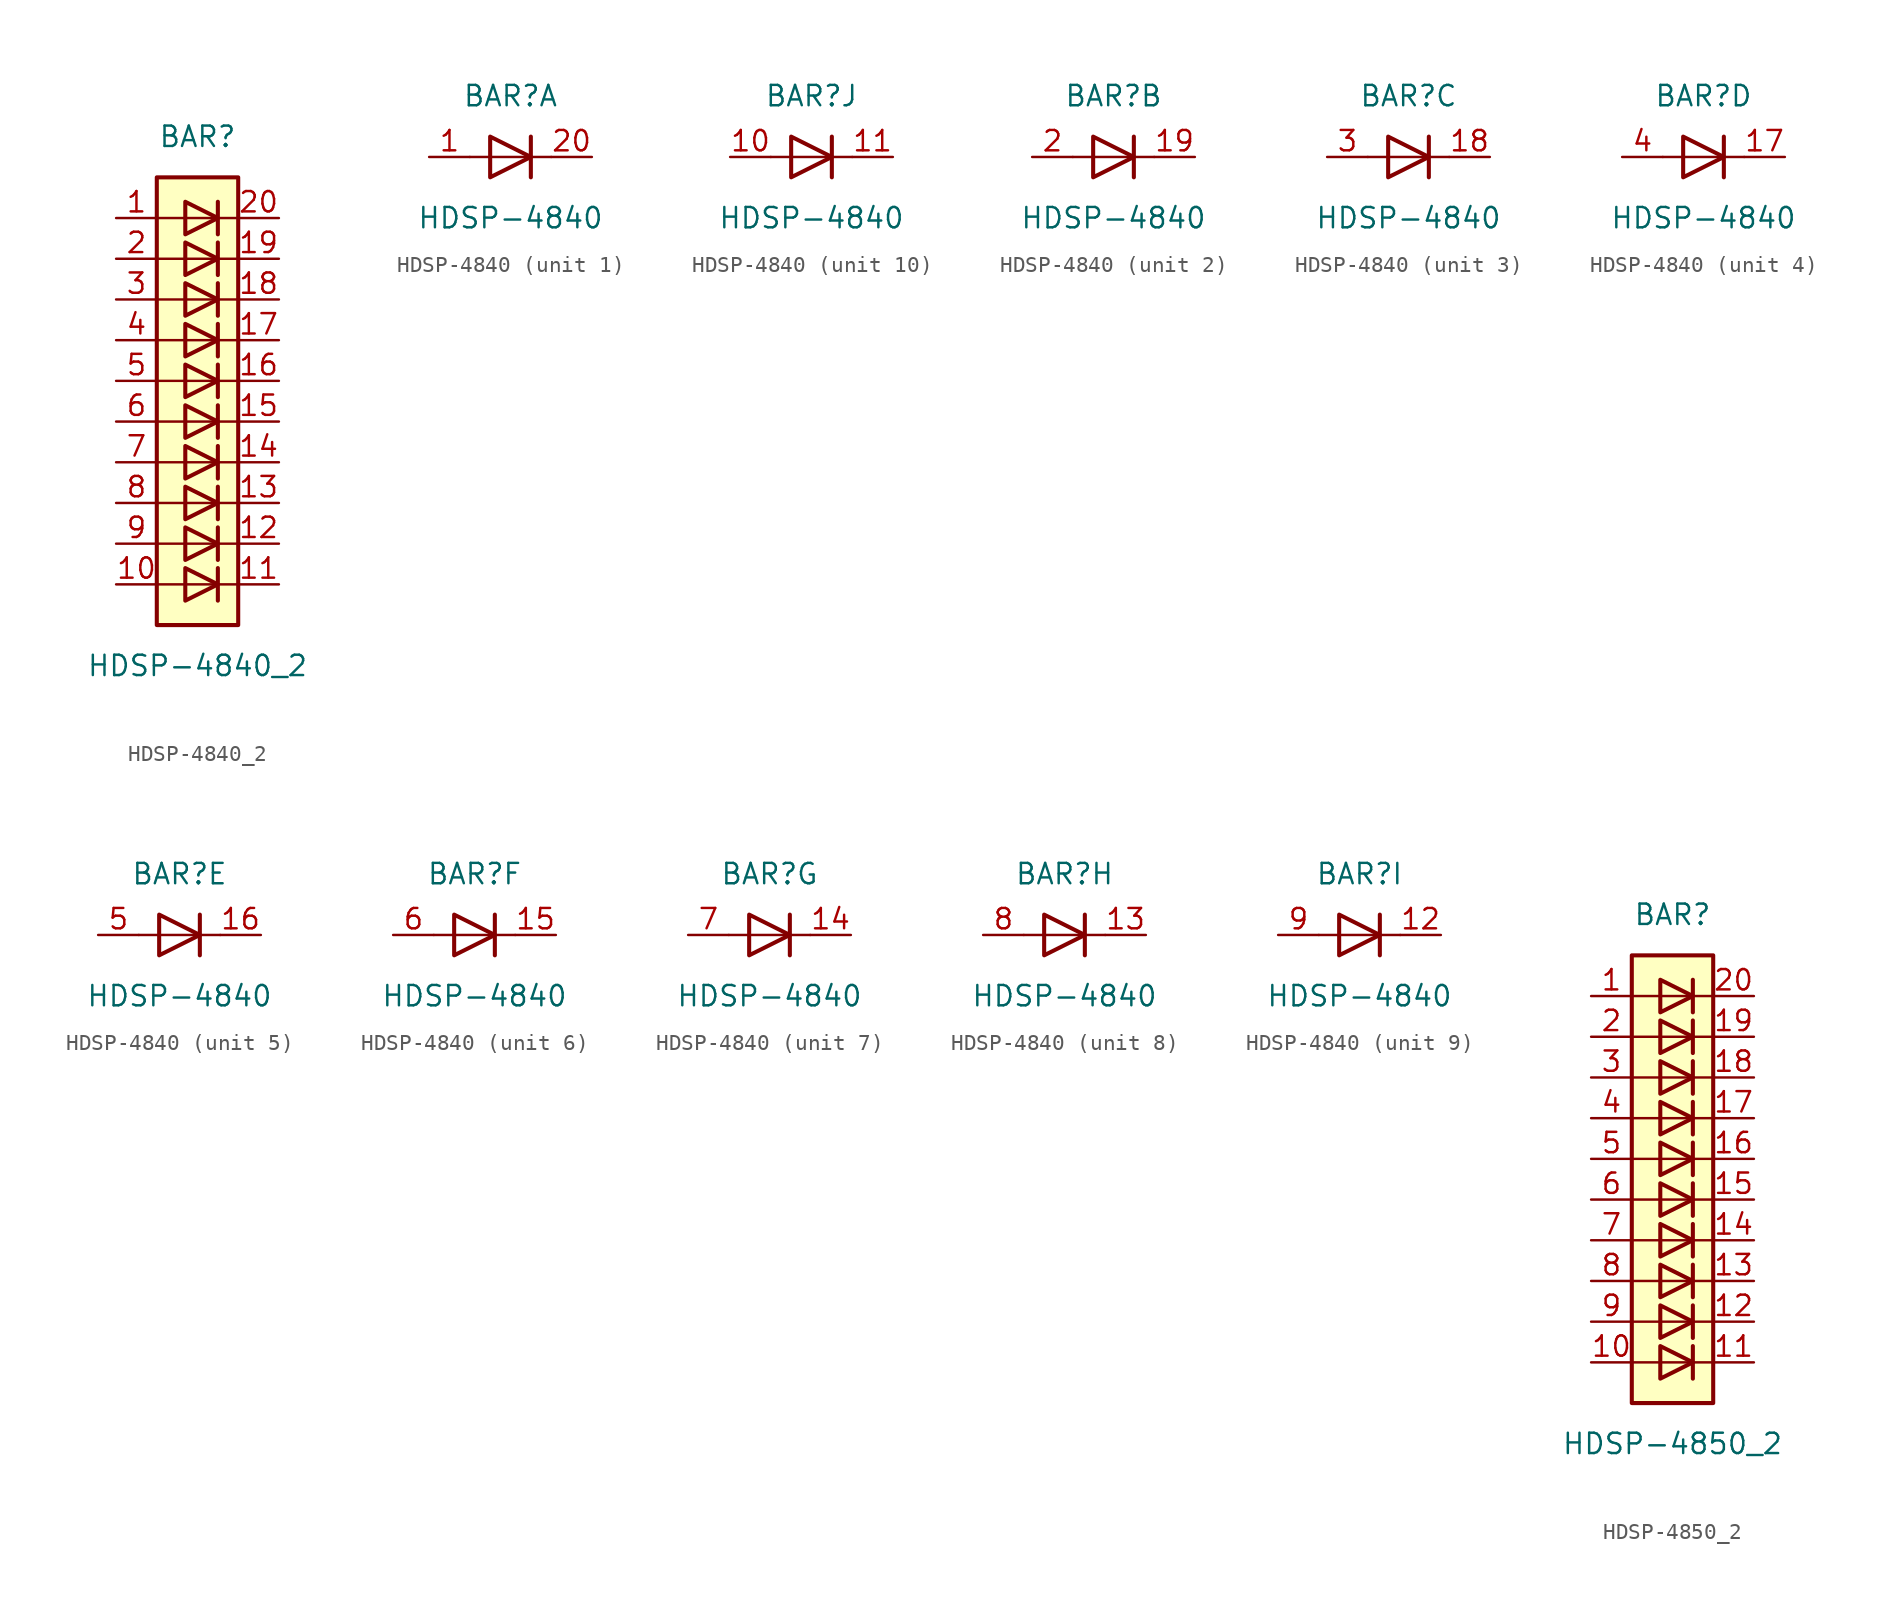
<source format=kicad_sym>
(kicad_symbol_lib
  (version 20241209)
  (generator "kicad_symbol_editor")
  (generator_version "9.0")
  (symbol "HDSP-4840_2"
    (pin_names
      (offset 1.016)
      (hide yes))
    (property "Reference" "BAR"
      (at 0 15.24 0)
      (effects (font (size 1.27 1.27))))
    (property "Value" "HDSP-4840_2"
      (at 0 -17.78 0)
      (effects (font (size 1.27 1.27))))
    (symbol "HDSP-4840_2_0_1"
      (rectangle (start -2.54 12.7) (end 2.54 -15.24) (stroke (width 0.254) (type default)) (fill (type background)))
      (polyline (pts (xy -2.54 10.16) (xy 2.54 10.16)) (stroke (width 0) (type default)) (fill (type none)))
      (polyline (pts (xy -2.54 7.62) (xy 2.54 7.62)) (stroke (width 0) (type default)) (fill (type none)))
      (polyline (pts (xy -2.54 5.08) (xy 2.54 5.08)) (stroke (width 0) (type default)) (fill (type none)))
      (polyline (pts (xy -2.54 0) (xy 2.54 0)) (stroke (width 0) (type default)) (fill (type none)))
      (polyline (pts (xy -2.54 -5.08) (xy 2.54 -5.08)) (stroke (width 0) (type default)) (fill (type none)))
      (polyline (pts (xy -2.54 -7.62) (xy 2.54 -7.62)) (stroke (width 0) (type default)) (fill (type none)))
      (polyline (pts (xy -2.54 -10.16) (xy 2.54 -10.16)) (stroke (width 0) (type default)) (fill (type none)))
      (polyline (pts (xy -2.54 -12.7) (xy 2.54 -12.7)) (stroke (width 0) (type default)) (fill (type none)))
      (polyline (pts (xy -0.762 11.176) (xy -0.762 9.144) (xy 1.27 10.16) (xy -0.762 11.176)) (stroke (width 0.254) (type default)) (fill (type none)))
      (polyline (pts (xy -0.762 8.636) (xy -0.762 6.604) (xy 1.27 7.62) (xy -0.762 8.636)) (stroke (width 0.254) (type default)) (fill (type none)))
      (polyline (pts (xy -0.762 6.096) (xy -0.762 4.064) (xy 1.27 5.08) (xy -0.762 6.096)) (stroke (width 0.254) (type default)) (fill (type none)))
      (polyline (pts (xy -0.762 3.556) (xy -0.762 1.524) (xy 1.27 2.54) (xy -0.762 3.556)) (stroke (width 0.254) (type default)) (fill (type none)))
      (polyline (pts (xy -0.762 1.016) (xy -0.762 -1.016) (xy 1.27 0) (xy -0.762 1.016)) (stroke (width 0.254) (type default)) (fill (type none)))
      (polyline (pts (xy -0.762 -1.524) (xy -0.762 -3.556) (xy 1.27 -2.54) (xy -0.762 -1.524)) (stroke (width 0.254) (type default)) (fill (type none)))
      (polyline (pts (xy -0.762 -4.064) (xy -0.762 -6.096) (xy 1.27 -5.08) (xy -0.762 -4.064)) (stroke (width 0.254) (type default)) (fill (type none)))
      (polyline (pts (xy -0.762 -6.604) (xy -0.762 -8.636) (xy 1.27 -7.62) (xy -0.762 -6.604)) (stroke (width 0.254) (type default)) (fill (type none)))
      (polyline (pts (xy -0.762 -9.144) (xy -0.762 -11.176) (xy 1.27 -10.16) (xy -0.762 -9.144)) (stroke (width 0.254) (type default)) (fill (type none)))
      (polyline (pts (xy -0.762 -11.684) (xy -0.762 -13.716) (xy 1.27 -12.7) (xy -0.762 -11.684)) (stroke (width 0.254) (type default)) (fill (type none)))
      (polyline (pts (xy 1.27 11.176) (xy 1.27 9.144)) (stroke (width 0.254) (type default)) (fill (type none)))
      (polyline (pts (xy 1.27 8.636) (xy 1.27 6.604)) (stroke (width 0.254) (type default)) (fill (type none)))
      (polyline (pts (xy 1.27 6.096) (xy 1.27 4.064)) (stroke (width 0.254) (type default)) (fill (type none)))
      (polyline (pts (xy 1.27 3.556) (xy 1.27 1.524)) (stroke (width 0.254) (type default)) (fill (type none)))
      (polyline (pts (xy 1.27 1.016) (xy 1.27 -1.016)) (stroke (width 0.254) (type default)) (fill (type none)))
      (polyline (pts (xy 1.27 -1.524) (xy 1.27 -3.556)) (stroke (width 0.254) (type default)) (fill (type none)))
      (polyline (pts (xy 1.27 -4.064) (xy 1.27 -6.096)) (stroke (width 0.254) (type default)) (fill (type none)))
      (polyline (pts (xy 1.27 -6.604) (xy 1.27 -8.636)) (stroke (width 0.254) (type default)) (fill (type none)))
      (polyline (pts (xy 1.27 -9.144) (xy 1.27 -11.176)) (stroke (width 0.254) (type default)) (fill (type none)))
      (polyline (pts (xy 1.27 -11.684) (xy 1.27 -13.716)) (stroke (width 0.254) (type default)) (fill (type none)))
      (polyline (pts (xy 2.54 2.54) (xy -2.54 2.54)) (stroke (width 0) (type default)) (fill (type none)))
      (polyline (pts (xy 2.54 -2.54) (xy -2.54 -2.54)) (stroke (width 0) (type default)) (fill (type none))))
    (symbol "HDSP-4840_2_1_1"
      (pin passive line (at -5.08 10.16 0) (length 2.54) (name "A" (effects (font (size 1.27 1.27)))) (number "1" (effects (font (size 1.27 1.27)))))
      (pin passive line (at -5.08 7.62 0) (length 2.54) (name "A" (effects (font (size 1.27 1.27)))) (number "2" (effects (font (size 1.27 1.27)))))
      (pin passive line (at -5.08 5.08 0) (length 2.54) (name "A" (effects (font (size 1.27 1.27)))) (number "3" (effects (font (size 1.27 1.27)))))
      (pin passive line (at -5.08 2.54 0) (length 2.54) (name "A" (effects (font (size 1.27 1.27)))) (number "4" (effects (font (size 1.27 1.27)))))
      (pin passive line (at -5.08 0 0) (length 2.54) (name "A" (effects (font (size 1.27 1.27)))) (number "5" (effects (font (size 1.27 1.27)))))
      (pin passive line (at -5.08 -2.54 0) (length 2.54) (name "A" (effects (font (size 1.27 1.27)))) (number "6" (effects (font (size 1.27 1.27)))))
      (pin passive line (at -5.08 -5.08 0) (length 2.54) (name "A" (effects (font (size 1.27 1.27)))) (number "7" (effects (font (size 1.27 1.27)))))
      (pin passive line (at -5.08 -7.62 0) (length 2.54) (name "A" (effects (font (size 1.27 1.27)))) (number "8" (effects (font (size 1.27 1.27)))))
      (pin passive line (at -5.08 -10.16 0) (length 2.54) (name "A" (effects (font (size 1.27 1.27)))) (number "9" (effects (font (size 1.27 1.27)))))
      (pin passive line (at -5.08 -12.7 0) (length 2.54) (name "A" (effects (font (size 1.27 1.27)))) (number "10" (effects (font (size 1.27 1.27)))))
      (pin passive line (at 5.08 10.16 180) (length 2.54) (name "K" (effects (font (size 1.27 1.27)))) (number "20" (effects (font (size 1.27 1.27)))))
      (pin passive line (at 5.08 7.62 180) (length 2.54) (name "K" (effects (font (size 1.27 1.27)))) (number "19" (effects (font (size 1.27 1.27)))))
      (pin passive line (at 5.08 5.08 180) (length 2.54) (name "K" (effects (font (size 1.27 1.27)))) (number "18" (effects (font (size 1.27 1.27)))))
      (pin passive line (at 5.08 2.54 180) (length 2.54) (name "K" (effects (font (size 1.27 1.27)))) (number "17" (effects (font (size 1.27 1.27)))))
      (pin passive line (at 5.08 0 180) (length 2.54) (name "K" (effects (font (size 1.27 1.27)))) (number "16" (effects (font (size 1.27 1.27)))))
      (pin passive line (at 5.08 -2.54 180) (length 2.54) (name "K" (effects (font (size 1.27 1.27)))) (number "15" (effects (font (size 1.27 1.27)))))
      (pin passive line (at 5.08 -5.08 180) (length 2.54) (name "K" (effects (font (size 1.27 1.27)))) (number "14" (effects (font (size 1.27 1.27)))))
      (pin passive line (at 5.08 -7.62 180) (length 2.54) (name "K" (effects (font (size 1.27 1.27)))) (number "13" (effects (font (size 1.27 1.27)))))
      (pin passive line (at 5.08 -10.16 180) (length 2.54) (name "K" (effects (font (size 1.27 1.27)))) (number "12" (effects (font (size 1.27 1.27)))))
      (pin passive line (at 5.08 -12.7 180) (length 2.54) (name "K" (effects (font (size 1.27 1.27)))) (number "11" (effects (font (size 1.27 1.27)))))))
  (symbol "HDSP-4840"
    (pin_names
      (offset 1.016)
      (hide yes))
    (property "Reference" "BAR"
      (at 0 3.81 0)
      (effects (font (size 1.27 1.27))))
    (property "Value" "HDSP-4840"
      (at 0 -3.81 0)
      (effects (font (size 1.27 1.27))))
    (symbol "HDSP-4840_0_1"
      (polyline (pts (xy -2.54 0) (xy 2.54 0)) (stroke (width 0) (type default)) (fill (type none)))
      (polyline (pts (xy -1.27 1.27) (xy -1.27 -1.27) (xy 1.27 0) (xy -1.27 1.27)) (stroke (width 0.254) (type default)) (fill (type none)))
      (polyline (pts (xy 1.27 -1.27) (xy 1.27 1.27)) (stroke (width 0.254) (type default)) (fill (type none))))
    (symbol "HDSP-4840_1_1"
      (pin passive line (at -5.08 0 0) (length 2.54) (name "A" (effects (font (size 1.27 1.27)))) (number "1" (effects (font (size 1.27 1.27)))))
      (pin passive line (at 5.08 0 180) (length 2.54) (name "K" (effects (font (size 1.27 1.27)))) (number "20" (effects (font (size 1.27 1.27))))))
    (symbol "HDSP-4840_2_1"
      (pin passive line (at -5.08 0 0) (length 2.54) (name "A" (effects (font (size 1.27 1.27)))) (number "2" (effects (font (size 1.27 1.27)))))
      (pin passive line (at 5.08 0 180) (length 2.54) (name "K" (effects (font (size 1.27 1.27)))) (number "19" (effects (font (size 1.27 1.27))))))
    (symbol "HDSP-4840_3_1"
      (pin passive line (at -5.08 0 0) (length 2.54) (name "A" (effects (font (size 1.27 1.27)))) (number "3" (effects (font (size 1.27 1.27)))))
      (pin passive line (at 5.08 0 180) (length 2.54) (name "K" (effects (font (size 1.27 1.27)))) (number "18" (effects (font (size 1.27 1.27))))))
    (symbol "HDSP-4840_4_1"
      (pin passive line (at -5.08 0 0) (length 2.54) (name "A" (effects (font (size 1.27 1.27)))) (number "4" (effects (font (size 1.27 1.27)))))
      (pin passive line (at 5.08 0 180) (length 2.54) (name "K" (effects (font (size 1.27 1.27)))) (number "17" (effects (font (size 1.27 1.27))))))
    (symbol "HDSP-4840_5_1"
      (pin passive line (at -5.08 0 0) (length 2.54) (name "A" (effects (font (size 1.27 1.27)))) (number "5" (effects (font (size 1.27 1.27)))))
      (pin passive line (at 5.08 0 180) (length 2.54) (name "K" (effects (font (size 1.27 1.27)))) (number "16" (effects (font (size 1.27 1.27))))))
    (symbol "HDSP-4840_6_1"
      (pin passive line (at -5.08 0 0) (length 2.54) (name "A" (effects (font (size 1.27 1.27)))) (number "6" (effects (font (size 1.27 1.27)))))
      (pin passive line (at 5.08 0 180) (length 2.54) (name "K" (effects (font (size 1.27 1.27)))) (number "15" (effects (font (size 1.27 1.27))))))
    (symbol "HDSP-4840_7_1"
      (pin passive line (at -5.08 0 0) (length 2.54) (name "A" (effects (font (size 1.27 1.27)))) (number "7" (effects (font (size 1.27 1.27)))))
      (pin passive line (at 5.08 0 180) (length 2.54) (name "K" (effects (font (size 1.27 1.27)))) (number "14" (effects (font (size 1.27 1.27))))))
    (symbol "HDSP-4840_8_1"
      (pin passive line (at -5.08 0 0) (length 2.54) (name "A" (effects (font (size 1.27 1.27)))) (number "8" (effects (font (size 1.27 1.27)))))
      (pin passive line (at 5.08 0 180) (length 2.54) (name "K" (effects (font (size 1.27 1.27)))) (number "13" (effects (font (size 1.27 1.27))))))
    (symbol "HDSP-4840_9_1"
      (pin passive line (at -5.08 0 0) (length 2.54) (name "A" (effects (font (size 1.27 1.27)))) (number "9" (effects (font (size 1.27 1.27)))))
      (pin passive line (at 5.08 0 180) (length 2.54) (name "K" (effects (font (size 1.27 1.27)))) (number "12" (effects (font (size 1.27 1.27))))))
    (symbol "HDSP-4840_10_1"
      (pin passive line (at -5.08 0 0) (length 2.54) (name "A" (effects (font (size 1.27 1.27)))) (number "10" (effects (font (size 1.27 1.27)))))
      (pin passive line (at 5.08 0 180) (length 2.54) (name "K" (effects (font (size 1.27 1.27)))) (number "11" (effects (font (size 1.27 1.27)))))))
  (symbol "HDSP-4850_2"
    (pin_names
      (offset 1.016)
      (hide yes))
    (property "Reference" "BAR"
      (at 0 15.24 0)
      (effects (font (size 1.27 1.27))))
    (property "Value" "HDSP-4850_2"
      (at 0 -17.78 0)
      (effects (font (size 1.27 1.27))))
    (symbol "HDSP-4850_2_0_1"
      (rectangle (start -2.54 12.7) (end 2.54 -15.24) (stroke (width 0.254) (type default)) (fill (type background)))
      (polyline (pts (xy -2.54 10.16) (xy 2.54 10.16)) (stroke (width 0) (type default)) (fill (type none)))
      (polyline (pts (xy -2.54 7.62) (xy 2.54 7.62)) (stroke (width 0) (type default)) (fill (type none)))
      (polyline (pts (xy -2.54 5.08) (xy 2.54 5.08)) (stroke (width 0) (type default)) (fill (type none)))
      (polyline (pts (xy -2.54 0) (xy 2.54 0)) (stroke (width 0) (type default)) (fill (type none)))
      (polyline (pts (xy -2.54 -5.08) (xy 2.54 -5.08)) (stroke (width 0) (type default)) (fill (type none)))
      (polyline (pts (xy -2.54 -7.62) (xy 2.54 -7.62)) (stroke (width 0) (type default)) (fill (type none)))
      (polyline (pts (xy -2.54 -10.16) (xy 2.54 -10.16)) (stroke (width 0) (type default)) (fill (type none)))
      (polyline (pts (xy -2.54 -12.7) (xy 2.54 -12.7)) (stroke (width 0) (type default)) (fill (type none)))
      (polyline (pts (xy -0.762 11.176) (xy -0.762 9.144) (xy 1.27 10.16) (xy -0.762 11.176)) (stroke (width 0.254) (type default)) (fill (type none)))
      (polyline (pts (xy -0.762 8.636) (xy -0.762 6.604) (xy 1.27 7.62) (xy -0.762 8.636)) (stroke (width 0.254) (type default)) (fill (type none)))
      (polyline (pts (xy -0.762 6.096) (xy -0.762 4.064) (xy 1.27 5.08) (xy -0.762 6.096)) (stroke (width 0.254) (type default)) (fill (type none)))
      (polyline (pts (xy -0.762 3.556) (xy -0.762 1.524) (xy 1.27 2.54) (xy -0.762 3.556)) (stroke (width 0.254) (type default)) (fill (type none)))
      (polyline (pts (xy -0.762 1.016) (xy -0.762 -1.016) (xy 1.27 0) (xy -0.762 1.016)) (stroke (width 0.254) (type default)) (fill (type none)))
      (polyline (pts (xy -0.762 -1.524) (xy -0.762 -3.556) (xy 1.27 -2.54) (xy -0.762 -1.524)) (stroke (width 0.254) (type default)) (fill (type none)))
      (polyline (pts (xy -0.762 -4.064) (xy -0.762 -6.096) (xy 1.27 -5.08) (xy -0.762 -4.064)) (stroke (width 0.254) (type default)) (fill (type none)))
      (polyline (pts (xy -0.762 -6.604) (xy -0.762 -8.636) (xy 1.27 -7.62) (xy -0.762 -6.604)) (stroke (width 0.254) (type default)) (fill (type none)))
      (polyline (pts (xy -0.762 -9.144) (xy -0.762 -11.176) (xy 1.27 -10.16) (xy -0.762 -9.144)) (stroke (width 0.254) (type default)) (fill (type none)))
      (polyline (pts (xy -0.762 -11.684) (xy -0.762 -13.716) (xy 1.27 -12.7) (xy -0.762 -11.684)) (stroke (width 0.254) (type default)) (fill (type none)))
      (polyline (pts (xy 1.27 11.176) (xy 1.27 9.144)) (stroke (width 0.254) (type default)) (fill (type none)))
      (polyline (pts (xy 1.27 8.636) (xy 1.27 6.604)) (stroke (width 0.254) (type default)) (fill (type none)))
      (polyline (pts (xy 1.27 6.096) (xy 1.27 4.064)) (stroke (width 0.254) (type default)) (fill (type none)))
      (polyline (pts (xy 1.27 3.556) (xy 1.27 1.524)) (stroke (width 0.254) (type default)) (fill (type none)))
      (polyline (pts (xy 1.27 1.016) (xy 1.27 -1.016)) (stroke (width 0.254) (type default)) (fill (type none)))
      (polyline (pts (xy 1.27 -1.524) (xy 1.27 -3.556)) (stroke (width 0.254) (type default)) (fill (type none)))
      (polyline (pts (xy 1.27 -4.064) (xy 1.27 -6.096)) (stroke (width 0.254) (type default)) (fill (type none)))
      (polyline (pts (xy 1.27 -6.604) (xy 1.27 -8.636)) (stroke (width 0.254) (type default)) (fill (type none)))
      (polyline (pts (xy 1.27 -9.144) (xy 1.27 -11.176)) (stroke (width 0.254) (type default)) (fill (type none)))
      (polyline (pts (xy 1.27 -11.684) (xy 1.27 -13.716)) (stroke (width 0.254) (type default)) (fill (type none)))
      (polyline (pts (xy 2.54 2.54) (xy -2.54 2.54)) (stroke (width 0) (type default)) (fill (type none)))
      (polyline (pts (xy 2.54 -2.54) (xy -2.54 -2.54)) (stroke (width 0) (type default)) (fill (type none))))
    (symbol "HDSP-4850_2_1_1"
      (pin passive line (at -5.08 10.16 0) (length 2.54) (name "A" (effects (font (size 1.27 1.27)))) (number "1" (effects (font (size 1.27 1.27)))))
      (pin passive line (at -5.08 7.62 0) (length 2.54) (name "A" (effects (font (size 1.27 1.27)))) (number "2" (effects (font (size 1.27 1.27)))))
      (pin passive line (at -5.08 5.08 0) (length 2.54) (name "A" (effects (font (size 1.27 1.27)))) (number "3" (effects (font (size 1.27 1.27)))))
      (pin passive line (at -5.08 2.54 0) (length 2.54) (name "A" (effects (font (size 1.27 1.27)))) (number "4" (effects (font (size 1.27 1.27)))))
      (pin passive line (at -5.08 0 0) (length 2.54) (name "A" (effects (font (size 1.27 1.27)))) (number "5" (effects (font (size 1.27 1.27)))))
      (pin passive line (at -5.08 -2.54 0) (length 2.54) (name "A" (effects (font (size 1.27 1.27)))) (number "6" (effects (font (size 1.27 1.27)))))
      (pin passive line (at -5.08 -5.08 0) (length 2.54) (name "A" (effects (font (size 1.27 1.27)))) (number "7" (effects (font (size 1.27 1.27)))))
      (pin passive line (at -5.08 -7.62 0) (length 2.54) (name "A" (effects (font (size 1.27 1.27)))) (number "8" (effects (font (size 1.27 1.27)))))
      (pin passive line (at -5.08 -10.16 0) (length 2.54) (name "A" (effects (font (size 1.27 1.27)))) (number "9" (effects (font (size 1.27 1.27)))))
      (pin passive line (at -5.08 -12.7 0) (length 2.54) (name "A" (effects (font (size 1.27 1.27)))) (number "10" (effects (font (size 1.27 1.27)))))
      (pin passive line (at 5.08 10.16 180) (length 2.54) (name "K" (effects (font (size 1.27 1.27)))) (number "20" (effects (font (size 1.27 1.27)))))
      (pin passive line (at 5.08 7.62 180) (length 2.54) (name "K" (effects (font (size 1.27 1.27)))) (number "19" (effects (font (size 1.27 1.27)))))
      (pin passive line (at 5.08 5.08 180) (length 2.54) (name "K" (effects (font (size 1.27 1.27)))) (number "18" (effects (font (size 1.27 1.27)))))
      (pin passive line (at 5.08 2.54 180) (length 2.54) (name "K" (effects (font (size 1.27 1.27)))) (number "17" (effects (font (size 1.27 1.27)))))
      (pin passive line (at 5.08 0 180) (length 2.54) (name "K" (effects (font (size 1.27 1.27)))) (number "16" (effects (font (size 1.27 1.27)))))
      (pin passive line (at 5.08 -2.54 180) (length 2.54) (name "K" (effects (font (size 1.27 1.27)))) (number "15" (effects (font (size 1.27 1.27)))))
      (pin passive line (at 5.08 -5.08 180) (length 2.54) (name "K" (effects (font (size 1.27 1.27)))) (number "14" (effects (font (size 1.27 1.27)))))
      (pin passive line (at 5.08 -7.62 180) (length 2.54) (name "K" (effects (font (size 1.27 1.27)))) (number "13" (effects (font (size 1.27 1.27)))))
      (pin passive line (at 5.08 -10.16 180) (length 2.54) (name "K" (effects (font (size 1.27 1.27)))) (number "12" (effects (font (size 1.27 1.27)))))
      (pin passive line (at 5.08 -12.7 180) (length 2.54) (name "K" (effects (font (size 1.27 1.27)))) (number "11" (effects (font (size 1.27 1.27))))))))
</source>
